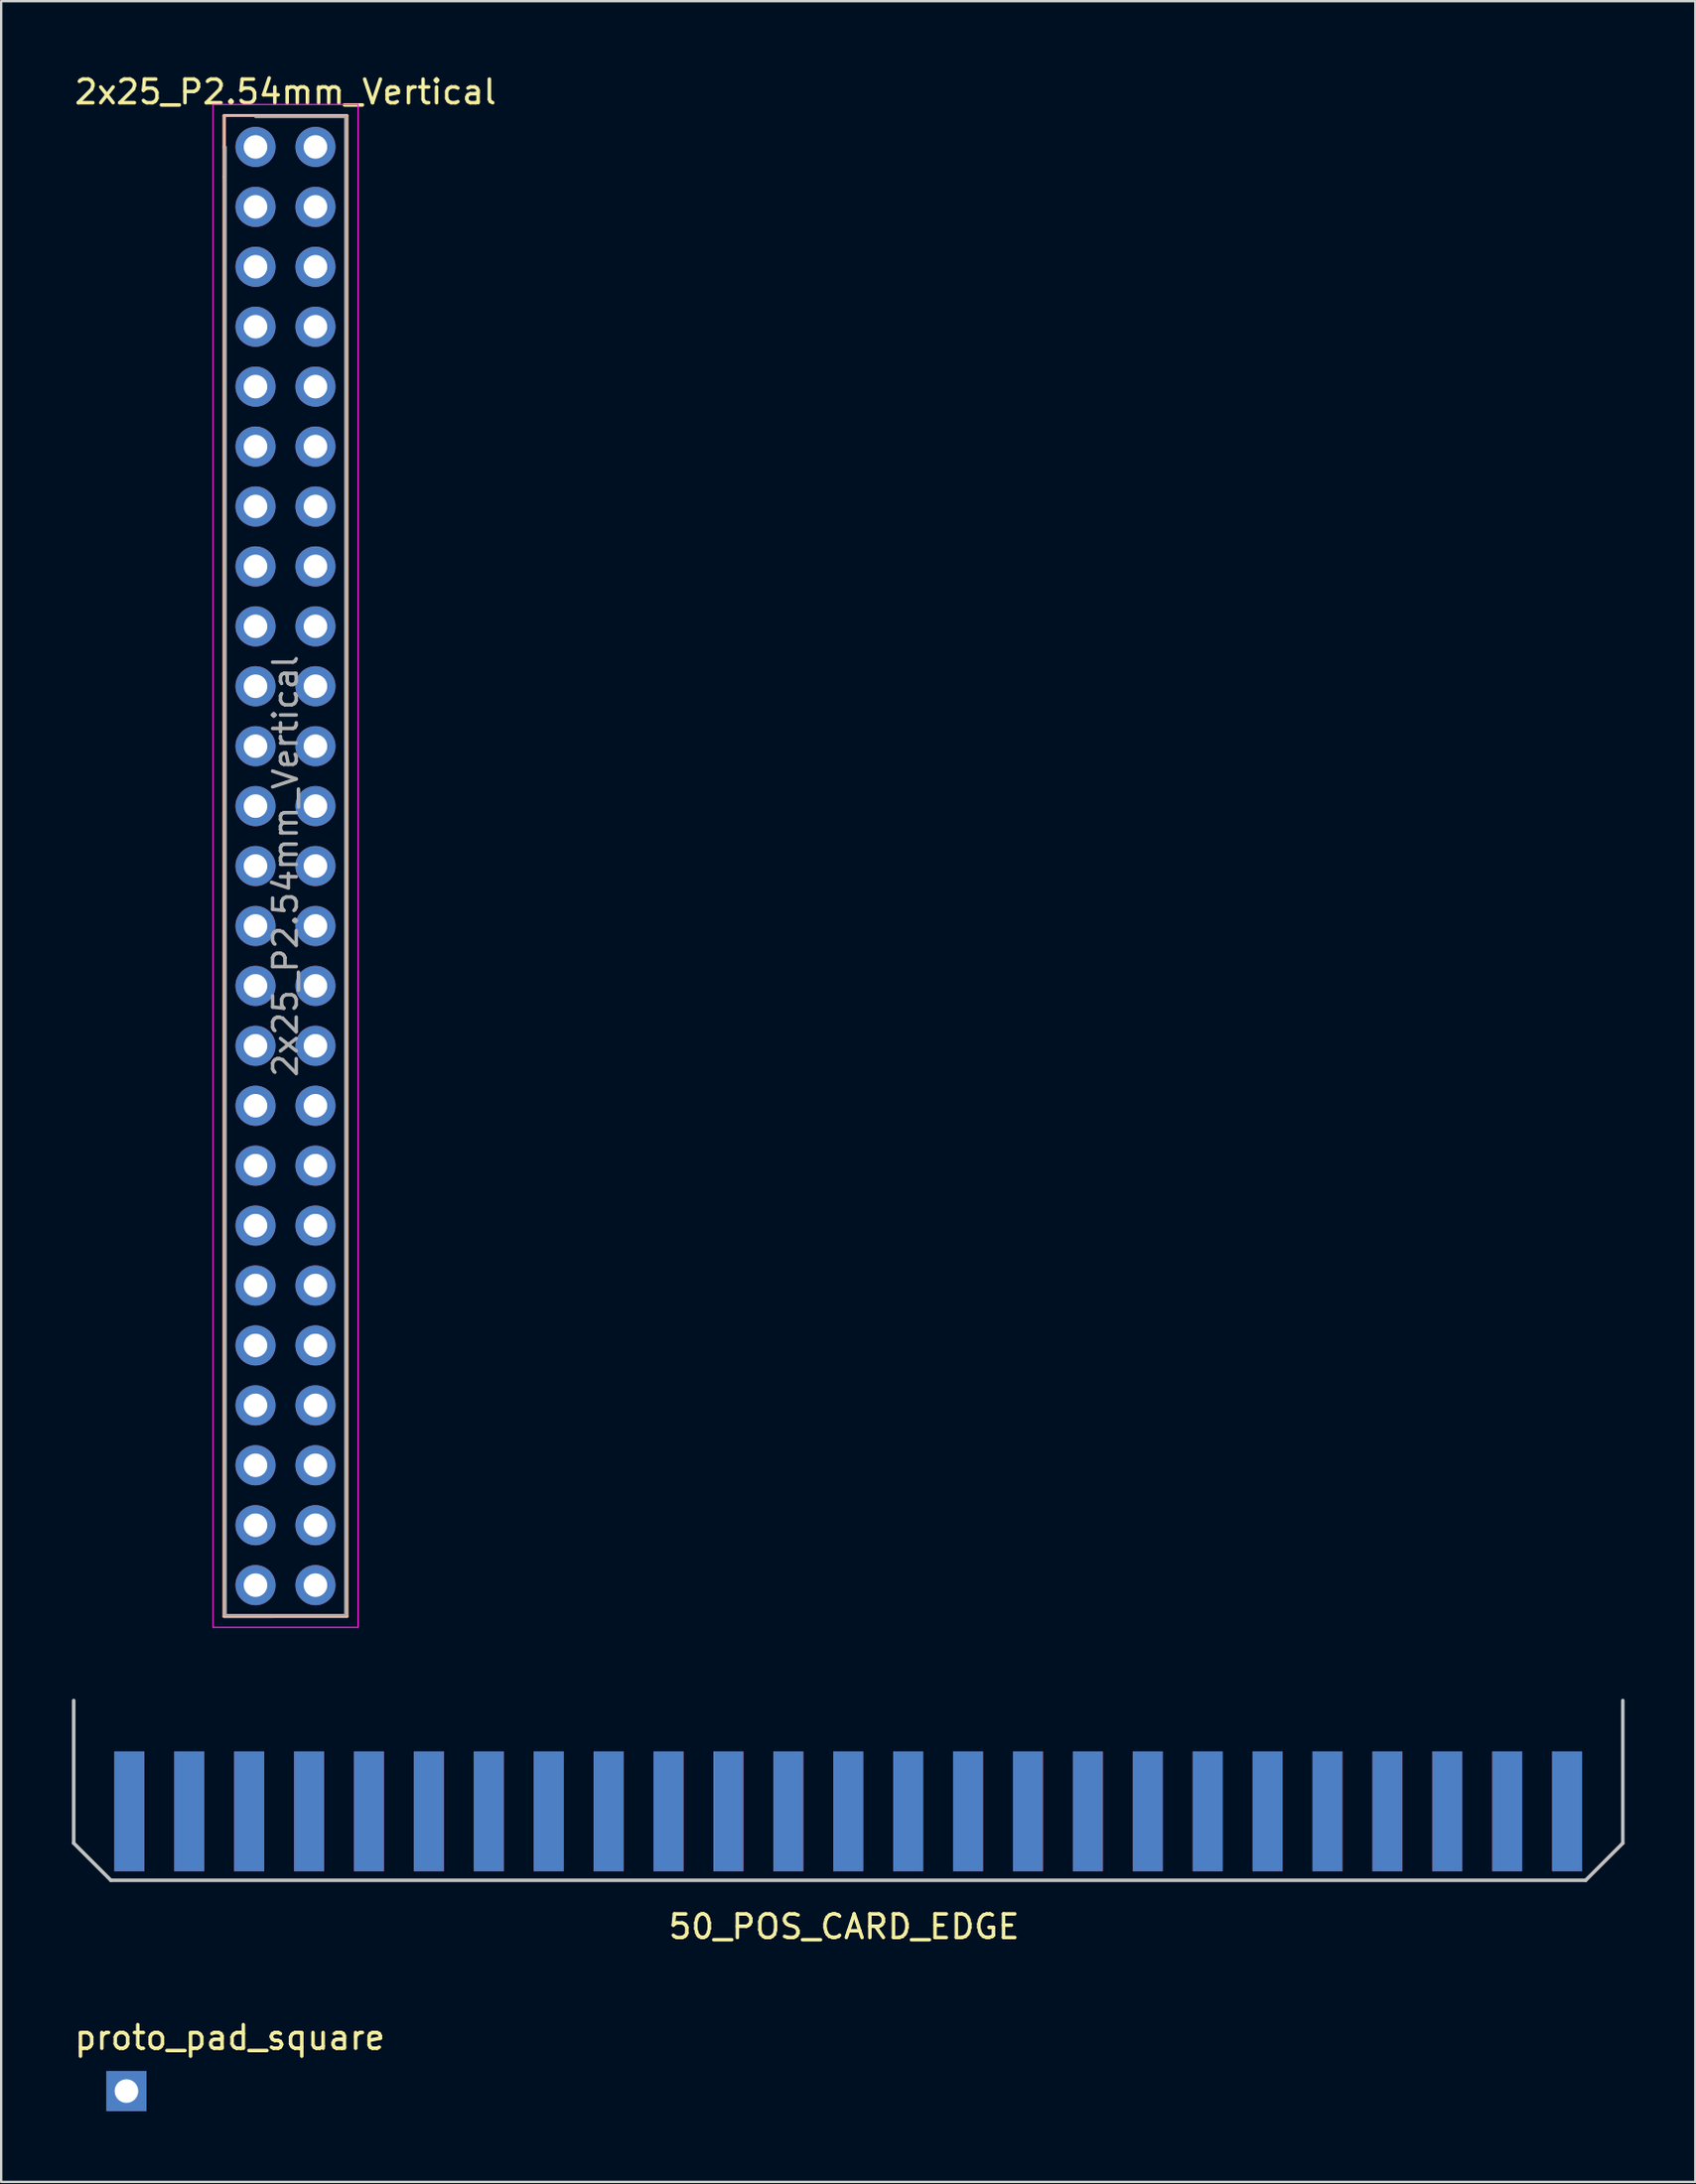
<source format=kicad_pcb>
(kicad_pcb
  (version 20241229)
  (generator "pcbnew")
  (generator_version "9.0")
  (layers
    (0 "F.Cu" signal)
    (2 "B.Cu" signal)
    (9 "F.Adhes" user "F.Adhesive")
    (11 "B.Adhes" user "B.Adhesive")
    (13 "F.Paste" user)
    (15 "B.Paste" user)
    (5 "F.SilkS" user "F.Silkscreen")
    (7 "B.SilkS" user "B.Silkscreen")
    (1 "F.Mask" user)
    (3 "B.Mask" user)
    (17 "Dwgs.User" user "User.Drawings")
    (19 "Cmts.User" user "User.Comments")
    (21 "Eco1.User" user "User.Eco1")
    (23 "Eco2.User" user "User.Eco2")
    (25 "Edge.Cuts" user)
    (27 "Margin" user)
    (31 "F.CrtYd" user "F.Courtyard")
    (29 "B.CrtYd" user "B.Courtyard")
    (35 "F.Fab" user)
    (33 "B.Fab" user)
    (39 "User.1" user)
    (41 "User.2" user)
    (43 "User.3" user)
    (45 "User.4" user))
  (footprint "2x25_P2.54mm_Vertical"
    (layer "F.Cu")
    (at 7.784 3.178)
    (property "Reference" "2x25_P2.54mm_Vertical" (at 1.27 -2.33 0) (layer "F.SilkS") (effects (font (size 1 1) (thickness 0.15))))
    (attr through_hole)
    (fp_line (start -1.33 -1.33) (end 0 -1.33) (stroke (width 0.12) (type solid)) (layer "F.SilkS"))
    (fp_line (start -1.33 0) (end -1.33 -1.33) (stroke (width 0.12) (type solid)) (layer "F.SilkS"))
    (fp_line (start -1.33 0) (end -1.33 1.27) (stroke (width 0.12) (type solid)) (layer "F.SilkS"))
    (fp_line (start -1.33 1.27) (end -1.33 62.29) (stroke (width 0.12) (type solid)) (layer "F.SilkS"))
    (fp_line (start -1.33 62.29) (end 3.87 62.29) (stroke (width 0.12) (type solid)) (layer "F.SilkS"))
    (fp_line (start 0 -1.33) (end 1.27 -1.33) (stroke (width 0.12) (type solid)) (layer "F.SilkS"))
    (fp_line (start 1.27 -1.33) (end 3.87 -1.33) (stroke (width 0.12) (type solid)) (layer "F.SilkS"))
    (fp_line (start 3.87 -1.33) (end 3.87 62.29) (stroke (width 0.12) (type solid)) (layer "F.SilkS"))
    (fp_line (start -1.33 -1.33) (end 3.87 -1.33) (stroke (width 0.12) (type solid)) (layer "B.SilkS"))
    (fp_line (start -1.33 62.29) (end -1.33 -1.33) (stroke (width 0.12) (type solid)) (layer "B.SilkS"))
    (fp_line (start 3.87 -1.33) (end 3.87 62.29) (stroke (width 0.12) (type solid)) (layer "B.SilkS"))
    (fp_line (start 3.87 62.29) (end -1.331 62.291) (stroke (width 0.12) (type solid)) (layer "B.SilkS"))
    (fp_line (start -1.8 -1.8) (end -1.8 62.75) (stroke (width 0.05) (type solid)) (layer "F.CrtYd"))
    (fp_line (start -1.8 62.75) (end 4.35 62.75) (stroke (width 0.05) (type solid)) (layer "F.CrtYd"))
    (fp_line (start 4.35 -1.8) (end -1.8 -1.8) (stroke (width 0.05) (type solid)) (layer "F.CrtYd"))
    (fp_line (start 4.35 62.75) (end 4.35 -1.8) (stroke (width 0.05) (type solid)) (layer "F.CrtYd"))
    (fp_line (start -1.27 62.23) (end -1.27 0) (stroke (width 0.1) (type solid)) (layer "F.Fab"))
    (fp_line (start 0 -1.27) (end 3.81 -1.27) (stroke (width 0.1) (type solid)) (layer "F.Fab"))
    (fp_line (start 3.81 -1.27) (end 3.81 62.23) (stroke (width 0.1) (type solid)) (layer "F.Fab"))
    (fp_line (start 3.81 62.23) (end -1.27 62.23) (stroke (width 0.1) (type solid)) (layer "F.Fab"))
    (fp_text user "${REFERENCE}" (at 1.27 30.48 90) (layer "F.Fab") (effects (font (size 1 1) (thickness 0.15))))
    (pad "1" thru_hole oval (at 2.54 60.96) (size 1.7 1.7) (drill 1) (layers "*.Cu" "*.Mask"))
    (pad "2" thru_hole oval (at 2.54 58.42) (size 1.7 1.7) (drill 1) (layers "*.Cu" "*.Mask"))
    (pad "3" thru_hole oval (at 2.54 55.88) (size 1.7 1.7) (drill 1) (layers "*.Cu" "*.Mask"))
    (pad "4" thru_hole oval (at 2.54 53.34) (size 1.7 1.7) (drill 1) (layers "*.Cu" "*.Mask"))
    (pad "5" thru_hole oval (at 2.54 50.8) (size 1.7 1.7) (drill 1) (layers "*.Cu" "*.Mask"))
    (pad "6" thru_hole oval (at 2.54 48.26) (size 1.7 1.7) (drill 1) (layers "*.Cu" "*.Mask"))
    (pad "7" thru_hole oval (at 2.54 45.72) (size 1.7 1.7) (drill 1) (layers "*.Cu" "*.Mask"))
    (pad "8" thru_hole oval (at 2.54 43.18) (size 1.7 1.7) (drill 1) (layers "*.Cu" "*.Mask"))
    (pad "9" thru_hole oval (at 2.54 40.64) (size 1.7 1.7) (drill 1) (layers "*.Cu" "*.Mask"))
    (pad "10" thru_hole oval (at 2.54 38.1) (size 1.7 1.7) (drill 1) (layers "*.Cu" "*.Mask"))
    (pad "11" thru_hole oval (at 2.54 35.56) (size 1.7 1.7) (drill 1) (layers "*.Cu" "*.Mask"))
    (pad "12" thru_hole oval (at 2.54 33.02) (size 1.7 1.7) (drill 1) (layers "*.Cu" "*.Mask"))
    (pad "13" thru_hole oval (at 2.54 30.48) (size 1.7 1.7) (drill 1) (layers "*.Cu" "*.Mask"))
    (pad "14" thru_hole oval (at 2.54 27.94) (size 1.7 1.7) (drill 1) (layers "*.Cu" "*.Mask"))
    (pad "15" thru_hole oval (at 2.54 25.4) (size 1.7 1.7) (drill 1) (layers "*.Cu" "*.Mask"))
    (pad "16" thru_hole oval (at 2.54 22.86) (size 1.7 1.7) (drill 1) (layers "*.Cu" "*.Mask"))
    (pad "17" thru_hole oval (at 2.54 20.32) (size 1.7 1.7) (drill 1) (layers "*.Cu" "*.Mask"))
    (pad "18" thru_hole oval (at 2.54 17.78) (size 1.7 1.7) (drill 1) (layers "*.Cu" "*.Mask"))
    (pad "19" thru_hole oval (at 2.54 15.24) (size 1.7 1.7) (drill 1) (layers "*.Cu" "*.Mask"))
    (pad "20" thru_hole oval (at 2.54 12.7) (size 1.7 1.7) (drill 1) (layers "*.Cu" "*.Mask"))
    (pad "21" thru_hole oval (at 2.54 10.16) (size 1.7 1.7) (drill 1) (layers "*.Cu" "*.Mask"))
    (pad "22" thru_hole oval (at 2.54 7.62) (size 1.7 1.7) (drill 1) (layers "*.Cu" "*.Mask"))
    (pad "23" thru_hole oval (at 2.54 5.08) (size 1.7 1.7) (drill 1) (layers "*.Cu" "*.Mask"))
    (pad "24" thru_hole oval (at 2.54 2.54) (size 1.7 1.7) (drill 1) (layers "*.Cu" "*.Mask"))
    (pad "25" thru_hole oval (at 2.54 0) (size 1.7 1.7) (drill 1) (layers "*.Cu" "*.Mask"))
    (pad "26" thru_hole circle (at 0 0) (size 1.7 1.7) (drill 1) (layers "*.Cu" "*.Mask"))
    (pad "27" thru_hole oval (at 0 2.54) (size 1.7 1.7) (drill 1) (layers "*.Cu" "*.Mask"))
    (pad "28" thru_hole oval (at 0 5.08) (size 1.7 1.7) (drill 1) (layers "*.Cu" "*.Mask"))
    (pad "29" thru_hole oval (at 0 7.62) (size 1.7 1.7) (drill 1) (layers "*.Cu" "*.Mask"))
    (pad "30" thru_hole oval (at 0 10.16) (size 1.7 1.7) (drill 1) (layers "*.Cu" "*.Mask"))
    (pad "31" thru_hole oval (at 0 12.7) (size 1.7 1.7) (drill 1) (layers "*.Cu" "*.Mask"))
    (pad "32" thru_hole oval (at 0 15.24) (size 1.7 1.7) (drill 1) (layers "*.Cu" "*.Mask"))
    (pad "33" thru_hole oval (at 0 17.78) (size 1.7 1.7) (drill 1) (layers "*.Cu" "*.Mask"))
    (pad "34" thru_hole oval (at 0 20.32) (size 1.7 1.7) (drill 1) (layers "*.Cu" "*.Mask"))
    (pad "35" thru_hole oval (at 0 22.86) (size 1.7 1.7) (drill 1) (layers "*.Cu" "*.Mask"))
    (pad "36" thru_hole oval (at 0 25.4) (size 1.7 1.7) (drill 1) (layers "*.Cu" "*.Mask"))
    (pad "37" thru_hole oval (at 0 27.94) (size 1.7 1.7) (drill 1) (layers "*.Cu" "*.Mask"))
    (pad "38" thru_hole oval (at 0 30.48) (size 1.7 1.7) (drill 1) (layers "*.Cu" "*.Mask"))
    (pad "39" thru_hole oval (at 0 33.02) (size 1.7 1.7) (drill 1) (layers "*.Cu" "*.Mask"))
    (pad "40" thru_hole oval (at 0 35.56) (size 1.7 1.7) (drill 1) (layers "*.Cu" "*.Mask"))
    (pad "41" thru_hole oval (at 0 38.1) (size 1.7 1.7) (drill 1) (layers "*.Cu" "*.Mask"))
    (pad "42" thru_hole oval (at 0 40.64) (size 1.7 1.7) (drill 1) (layers "*.Cu" "*.Mask"))
    (pad "43" thru_hole oval (at 0 43.18) (size 1.7 1.7) (drill 1) (layers "*.Cu" "*.Mask"))
    (pad "44" thru_hole oval (at 0 45.72) (size 1.7 1.7) (drill 1) (layers "*.Cu" "*.Mask"))
    (pad "45" thru_hole oval (at 0 48.26) (size 1.7 1.7) (drill 1) (layers "*.Cu" "*.Mask"))
    (pad "46" thru_hole oval (at 0 50.8) (size 1.7 1.7) (drill 1) (layers "*.Cu" "*.Mask"))
    (pad "47" thru_hole oval (at 0 53.34) (size 1.7 1.7) (drill 1) (layers "*.Cu" "*.Mask"))
    (pad "48" thru_hole oval (at 0 55.88) (size 1.7 1.7) (drill 1) (layers "*.Cu" "*.Mask"))
    (pad "49" thru_hole oval (at 0 58.42) (size 1.7 1.7) (drill 1) (layers "*.Cu" "*.Mask"))
    (pad "50" thru_hole oval (at 0 60.96) (size 1.7 1.7) (drill 1) (layers "*.Cu" "*.Mask")))
  (footprint "proto_pad_square"
    (layer "F.Cu")
    (at 2.311 85.583)
    (property "Reference" "proto_pad_square" (at 4.385 -2.27 0) (layer "F.SilkS") (effects (font (size 1 1) (thickness 0.15))))
    (attr through_hole)
    (fp_line (start -0.32 -0.32) (end -0.32 0.32) (stroke (width 0.1) (type solid)) (layer "F.Fab"))
    (pad "1" thru_hole rect (at 0 0) (size 1.7 1.7) (drill 1) (layers "*.Cu" "*.Mask")))
  (footprint "50_POS_CARD_EDGE"
    (layer "F.Cu")
    (at 39.069 71.19)
    (property "Reference" "50_POS_CARD_EDGE" (at -6.332 7.427 0) (layer "F.SilkS") (effects (font (size 1 1) (thickness 0.15))))
    (attr through_hole)
    (fp_line (start -38.994 3.884) (end -38.994 -2.162) (stroke (width 0.15) (type solid)) (layer "Dwgs.User"))
    (fp_line (start -38.994 3.884) (end -37.419 5.458) (stroke (width 0.15) (type solid)) (layer "Dwgs.User"))
    (fp_line (start -37.422 5.458) (end 25.11 5.458) (stroke (width 0.15) (type solid)) (layer "Dwgs.User"))
    (fp_line (start 26.685 3.884) (end 25.11 5.458) (stroke (width 0.15) (type solid)) (layer "Dwgs.User"))
    (fp_line (start 26.685 3.884) (end 26.685 -2.162) (stroke (width 0.15) (type solid)) (layer "Dwgs.User"))
    (pad "1" connect rect (at -36.634 2.537) (size 1.27 5.08) (layers "F.Cu" "F.Mask"))
    (pad "2" connect rect (at -34.094 2.537) (size 1.27 5.08) (layers "F.Cu" "F.Mask"))
    (pad "3" connect rect (at -31.554 2.537) (size 1.27 5.08) (layers "F.Cu" "F.Mask"))
    (pad "4" connect rect (at -29.014 2.537) (size 1.27 5.08) (layers "F.Cu" "F.Mask"))
    (pad "5" connect rect (at -26.474 2.537) (size 1.27 5.08) (layers "F.Cu" "F.Mask"))
    (pad "6" connect rect (at -23.934 2.537) (size 1.27 5.08) (layers "F.Cu" "F.Mask"))
    (pad "7" connect rect (at -21.394 2.537) (size 1.27 5.08) (layers "F.Cu" "F.Mask"))
    (pad "8" connect rect (at -18.854 2.537) (size 1.27 5.08) (layers "F.Cu" "F.Mask"))
    (pad "9" connect rect (at -16.314 2.537) (size 1.27 5.08) (layers "F.Cu" "F.Mask"))
    (pad "10" connect rect (at -13.774 2.537) (size 1.27 5.08) (layers "F.Cu" "F.Mask"))
    (pad "11" connect rect (at -11.234 2.537) (size 1.27 5.08) (layers "F.Cu" "F.Mask"))
    (pad "12" connect rect (at -8.694 2.537) (size 1.27 5.08) (layers "F.Cu" "F.Mask"))
    (pad "13" connect rect (at -6.154 2.537) (size 1.27 5.08) (layers "F.Cu" "F.Mask"))
    (pad "14" connect rect (at -3.614 2.537) (size 1.27 5.08) (layers "F.Cu" "F.Mask"))
    (pad "15" connect rect (at -1.074 2.537) (size 1.27 5.08) (layers "F.Cu" "F.Mask"))
    (pad "16" connect rect (at 1.466 2.537) (size 1.27 5.08) (layers "F.Cu" "F.Mask"))
    (pad "17" connect rect (at 4.006 2.537) (size 1.27 5.08) (layers "F.Cu" "F.Mask"))
    (pad "18" connect rect (at 6.546 2.537) (size 1.27 5.08) (layers "F.Cu" "F.Mask"))
    (pad "19" connect rect (at 9.086 2.537) (size 1.27 5.08) (layers "F.Cu" "F.Mask"))
    (pad "20" connect rect (at 11.626 2.537) (size 1.27 5.08) (layers "F.Cu" "F.Mask"))
    (pad "21" connect rect (at 14.166 2.537) (size 1.27 5.08) (layers "F.Cu" "F.Mask"))
    (pad "22" connect rect (at 16.706 2.537) (size 1.27 5.08) (layers "F.Cu" "F.Mask"))
    (pad "23" connect rect (at 19.246 2.537) (size 1.27 5.08) (layers "F.Cu" "F.Mask"))
    (pad "24" connect rect (at 21.786 2.537) (size 1.27 5.08) (layers "F.Cu" "F.Mask"))
    (pad "25" connect rect (at 24.326 2.537) (size 1.27 5.08) (layers "F.Cu" "F.Mask"))
    (pad "26" connect rect (at 24.323 2.535) (size 1.27 5.08) (layers "B.Cu" "B.Mask"))
    (pad "27" connect rect (at 21.783 2.535) (size 1.27 5.08) (layers "B.Cu" "B.Mask"))
    (pad "28" connect rect (at 19.243 2.535) (size 1.27 5.08) (layers "B.Cu" "B.Mask"))
    (pad "29" connect rect (at 16.703 2.535) (size 1.27 5.08) (layers "B.Cu" "B.Mask"))
    (pad "30" connect rect (at 14.163 2.535) (size 1.27 5.08) (layers "B.Cu" "B.Mask"))
    (pad "31" connect rect (at 11.623 2.535) (size 1.27 5.08) (layers "B.Cu" "B.Mask"))
    (pad "32" connect rect (at 9.083 2.535) (size 1.27 5.08) (layers "B.Cu" "B.Mask"))
    (pad "33" connect rect (at 6.543 2.535) (size 1.27 5.08) (layers "B.Cu" "B.Mask"))
    (pad "34" connect rect (at 4.003 2.535) (size 1.27 5.08) (layers "B.Cu" "B.Mask"))
    (pad "35" connect rect (at 1.463 2.535) (size 1.27 5.08) (layers "B.Cu" "B.Mask"))
    (pad "36" connect rect (at -1.077 2.535) (size 1.27 5.08) (layers "B.Cu" "B.Mask"))
    (pad "37" connect rect (at -3.617 2.535) (size 1.27 5.08) (layers "B.Cu" "B.Mask"))
    (pad "38" connect rect (at -6.157 2.535) (size 1.27 5.08) (layers "B.Cu" "B.Mask"))
    (pad "39" connect rect (at -8.697 2.535) (size 1.27 5.08) (layers "B.Cu" "B.Mask"))
    (pad "40" connect rect (at -11.237 2.535) (size 1.27 5.08) (layers "B.Cu" "B.Mask"))
    (pad "41" connect rect (at -13.777 2.535) (size 1.27 5.08) (layers "B.Cu" "B.Mask"))
    (pad "42" connect rect (at -16.317 2.535) (size 1.27 5.08) (layers "B.Cu" "B.Mask"))
    (pad "43" connect rect (at -18.857 2.535) (size 1.27 5.08) (layers "B.Cu" "B.Mask"))
    (pad "44" connect rect (at -21.397 2.535) (size 1.27 5.08) (layers "B.Cu" "B.Mask"))
    (pad "45" connect rect (at -23.937 2.535) (size 1.27 5.08) (layers "B.Cu" "B.Mask"))
    (pad "46" connect rect (at -26.477 2.535) (size 1.27 5.08) (layers "B.Cu" "B.Mask"))
    (pad "47" connect rect (at -29.017 2.535) (size 1.27 5.08) (layers "B.Cu" "B.Mask"))
    (pad "48" connect rect (at -31.557 2.535) (size 1.27 5.08) (layers "B.Cu" "B.Mask"))
    (pad "49" connect rect (at -34.097 2.535) (size 1.27 5.08) (layers "B.Cu" "B.Mask"))
    (pad "50" connect rect (at -36.637 2.535) (size 1.27 5.08) (layers "B.Cu" "B.Mask")))
  (gr_rect
    (start -3 -3)
    (end 68.829 89.433)
    (stroke (width 0.1) (type default))
    (fill no)
    (layer "Edge.Cuts")))
</source>
